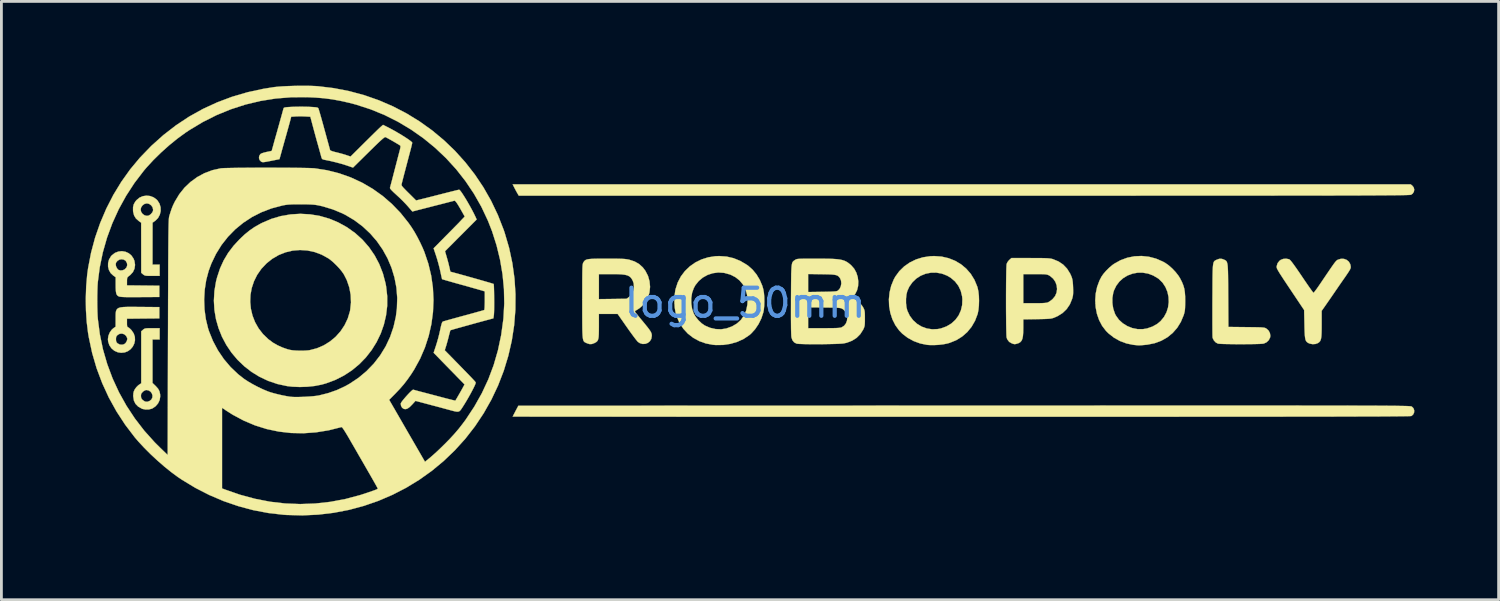
<source format=kicad_pcb>
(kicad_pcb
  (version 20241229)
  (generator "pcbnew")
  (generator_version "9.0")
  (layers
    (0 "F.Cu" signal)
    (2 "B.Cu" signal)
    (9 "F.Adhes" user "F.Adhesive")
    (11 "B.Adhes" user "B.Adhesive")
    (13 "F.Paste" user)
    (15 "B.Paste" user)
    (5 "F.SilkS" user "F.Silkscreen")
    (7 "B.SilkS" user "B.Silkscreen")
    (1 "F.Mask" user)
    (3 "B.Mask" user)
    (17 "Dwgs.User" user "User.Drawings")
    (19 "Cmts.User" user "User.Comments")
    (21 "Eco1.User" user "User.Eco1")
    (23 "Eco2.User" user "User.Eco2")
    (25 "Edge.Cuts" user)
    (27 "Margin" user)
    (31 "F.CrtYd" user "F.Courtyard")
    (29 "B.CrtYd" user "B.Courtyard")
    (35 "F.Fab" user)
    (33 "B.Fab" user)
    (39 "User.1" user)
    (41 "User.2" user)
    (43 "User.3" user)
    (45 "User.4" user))
  (footprint "logo_50mm"
    (layer "F.Cu")
    (at 22.214 7.24)
    (property "Reference" "logo_50mm" (at 1.27 0.5 0) (layer "Cmts.User") (effects (font (size 1 1) (thickness 0.15))))
    (attr through_hole)
    (fp_poly (pts (xy 25.025 -3.683) (xy 25.078 -3.617) (xy 25.098 -3.54) (xy 25.085 -3.461) (xy 25.041 -3.394) (xy 24.987 -3.356) (xy 24.98 -3.354) (xy 24.968 -3.352) (xy 24.949 -3.35) (xy 24.922 -3.349) (xy 24.888 -3.347) (xy 24.844 -3.345) (xy 24.79 -3.344) (xy 24.726 -3.342) (xy 24.649 -3.341) (xy 24.56 -3.339) (xy 24.458 -3.338) (xy 24.341 -3.337) (xy 24.208 -3.336) (xy 24.06 -3.335) (xy 23.894 -3.334) (xy 23.711 -3.333) (xy 23.509 -3.332) (xy 23.287 -3.331) (xy 23.044 -3.33) (xy 22.78 -3.329) (xy 22.494 -3.329) (xy 22.185 -3.328) (xy 21.851 -3.328) (xy 21.492 -3.327) (xy 21.108 -3.326) (xy 20.697 -3.326) (xy 20.258 -3.326) (xy 19.791 -3.325) (xy 19.294 -3.325) (xy 18.767 -3.325) (xy 18.209 -3.324) (xy 17.619 -3.324) (xy 16.996 -3.324) (xy 16.339 -3.324) (xy 15.648 -3.324) (xy 14.921 -3.323) (xy 14.157 -3.323) (xy 13.356 -3.323) (xy 12.517 -3.323) (xy 11.639 -3.323) (xy 10.721 -3.323) (xy 9.763 -3.323) (xy 9.063 -3.323) (xy -6.79 -3.323) (xy -6.843 -3.413) (xy -6.884 -3.486) (xy -6.929 -3.572) (xy -6.951 -3.614) (xy -7.007 -3.725) (xy 24.971 -3.725) (xy 25.025 -3.683)) (stroke (width 0.01) (type solid)) (fill yes) (layer "F.SilkS"))
    (fp_poly (pts (xy -19.92 -3.31) (xy -19.796 -3.263) (xy -19.687 -3.184) (xy -19.656 -3.151) (xy -19.583 -3.036) (xy -19.545 -2.907) (xy -19.542 -2.774) (xy -19.573 -2.645) (xy -19.636 -2.528) (xy -19.731 -2.431) (xy -19.742 -2.424) (xy -19.831 -2.36) (xy -19.832 -1.614) (xy -19.833 -0.868) (xy -19.579 -0.868) (xy -19.579 -0.466) (xy -19.842 -0.466) (xy -19.952 -0.466) (xy -20.029 -0.468) (xy -20.081 -0.474) (xy -20.117 -0.485) (xy -20.146 -0.501) (xy -20.17 -0.52) (xy -20.235 -0.575) (xy -20.236 -1.468) (xy -20.237 -2.36) (xy -20.32 -2.418) (xy -20.423 -2.509) (xy -20.489 -2.618) (xy -20.523 -2.751) (xy -20.526 -2.789) (xy -20.526 -2.826) (xy -20.256 -2.826) (xy -20.237 -2.744) (xy -20.186 -2.672) (xy -20.114 -2.622) (xy -20.034 -2.603) (xy -19.972 -2.612) (xy -19.917 -2.645) (xy -19.884 -2.675) (xy -19.835 -2.734) (xy -19.814 -2.79) (xy -19.812 -2.826) (xy -19.831 -2.908) (xy -19.882 -2.979) (xy -19.954 -3.03) (xy -20.034 -3.048) (xy -20.116 -3.029) (xy -20.188 -2.978) (xy -20.238 -2.906) (xy -20.256 -2.826) (xy -20.526 -2.826) (xy -20.526 -2.913) (xy -20.501 -3.014) (xy -20.448 -3.108) (xy -20.403 -3.163) (xy -20.3 -3.25) (xy -20.18 -3.303) (xy -20.051 -3.323) (xy -19.92 -3.31)) (stroke (width 0.01) (type solid)) (fill yes) (layer "F.SilkS"))
    (fp_poly (pts (xy -19.579 1.799) (xy -19.833 1.799) (xy -19.833 3.348) (xy -19.719 3.457) (xy -19.635 3.551) (xy -19.585 3.644) (xy -19.562 3.752) (xy -19.559 3.831) (xy -19.579 3.956) (xy -19.635 4.074) (xy -19.721 4.175) (xy -19.829 4.25) (xy -19.859 4.264) (xy -19.962 4.29) (xy -20.079 4.293) (xy -20.186 4.273) (xy -20.213 4.263) (xy -20.343 4.189) (xy -20.437 4.094) (xy -20.495 3.977) (xy -20.518 3.835) (xy -20.519 3.81) (xy -20.245 3.81) (xy -20.238 3.876) (xy -20.212 3.925) (xy -20.176 3.96) (xy -20.099 4.01) (xy -20.02 4.018) (xy -19.939 3.99) (xy -19.872 3.936) (xy -19.838 3.867) (xy -19.834 3.792) (xy -19.857 3.719) (xy -19.904 3.656) (xy -19.974 3.613) (xy -20.056 3.598) (xy -20.104 3.612) (xy -20.16 3.646) (xy -20.176 3.66) (xy -20.223 3.71) (xy -20.242 3.761) (xy -20.245 3.81) (xy -20.519 3.81) (xy -20.519 3.809) (xy -20.515 3.719) (xy -20.5 3.651) (xy -20.469 3.585) (xy -20.461 3.57) (xy -20.41 3.5) (xy -20.347 3.437) (xy -20.319 3.415) (xy -20.235 3.36) (xy -20.235 1.507) (xy -20.17 1.452) (xy -20.141 1.429) (xy -20.111 1.413) (xy -20.073 1.404) (xy -20.017 1.399) (xy -19.935 1.397) (xy -19.842 1.397) (xy -19.579 1.397) (xy -19.579 1.799)) (stroke (width 0.01) (type solid)) (fill yes) (layer "F.SilkS"))
    (fp_poly (pts (xy -20.399 0.639) (xy -20.274 0.64) (xy -19.59 0.646) (xy -19.59 1.048) (xy -20.167 1.053) (xy -20.743 1.059) (xy -20.743 1.205) (xy -20.742 1.284) (xy -20.735 1.331) (xy -20.722 1.355) (xy -20.702 1.365) (xy -20.666 1.388) (xy -20.615 1.432) (xy -20.577 1.473) (xy -20.501 1.587) (xy -20.462 1.707) (xy -20.457 1.828) (xy -20.483 1.945) (xy -20.535 2.052) (xy -20.612 2.144) (xy -20.708 2.215) (xy -20.822 2.26) (xy -20.949 2.273) (xy -21.065 2.256) (xy -21.19 2.202) (xy -21.293 2.116) (xy -21.369 2.005) (xy -21.412 1.877) (xy -21.421 1.789) (xy -21.135 1.789) (xy -21.13 1.857) (xy -21.11 1.903) (xy -21.076 1.939) (xy -20.995 1.981) (xy -20.904 1.985) (xy -20.841 1.966) (xy -20.79 1.924) (xy -20.75 1.859) (xy -20.731 1.79) (xy -20.733 1.752) (xy -20.773 1.671) (xy -20.837 1.615) (xy -20.916 1.589) (xy -20.999 1.596) (xy -21.076 1.639) (xy -21.114 1.68) (xy -21.131 1.728) (xy -21.135 1.789) (xy -21.421 1.789) (xy -21.404 1.67) (xy -21.357 1.553) (xy -21.288 1.454) (xy -21.228 1.4) (xy -21.147 1.344) (xy -21.146 1.075) (xy -21.146 0.966) (xy -21.144 0.877) (xy -21.136 0.805) (xy -21.118 0.749) (xy -21.086 0.707) (xy -21.037 0.676) (xy -20.967 0.656) (xy -20.872 0.644) (xy -20.748 0.639) (xy -20.592 0.638) (xy -20.399 0.639)) (stroke (width 0.01) (type solid)) (fill yes) (layer "F.SilkS"))
    (fp_poly (pts (xy -20.797 -1.325) (xy -20.683 -1.274) (xy -20.585 -1.193) (xy -20.51 -1.083) (xy -20.476 -0.998) (xy -20.455 -0.857) (xy -20.474 -0.723) (xy -20.531 -0.601) (xy -20.625 -0.498) (xy -20.652 -0.477) (xy -20.699 -0.441) (xy -20.726 -0.411) (xy -20.738 -0.373) (xy -20.742 -0.312) (xy -20.742 -0.27) (xy -20.743 -0.128) (xy -20.167 -0.122) (xy -19.59 -0.116) (xy -19.59 0.286) (xy -20.278 0.29) (xy -20.48 0.291) (xy -20.644 0.291) (xy -20.773 0.29) (xy -20.872 0.287) (xy -20.944 0.282) (xy -20.994 0.276) (xy -21.026 0.269) (xy -21.03 0.267) (xy -21.073 0.242) (xy -21.105 0.206) (xy -21.126 0.153) (xy -21.138 0.075) (xy -21.144 -0.032) (xy -21.145 -0.146) (xy -21.145 -0.418) (xy -21.229 -0.476) (xy -21.323 -0.564) (xy -21.385 -0.674) (xy -21.416 -0.797) (xy -21.415 -0.879) (xy -21.145 -0.879) (xy -21.132 -0.808) (xy -21.099 -0.738) (xy -21.055 -0.686) (xy -21.045 -0.679) (xy -20.972 -0.658) (xy -20.89 -0.667) (xy -20.819 -0.701) (xy -20.755 -0.772) (xy -20.733 -0.851) (xy -20.744 -0.924) (xy -20.788 -1.002) (xy -20.857 -1.046) (xy -20.94 -1.058) (xy -21.017 -1.042) (xy -21.084 -0.998) (xy -21.131 -0.937) (xy -21.145 -0.879) (xy -21.415 -0.879) (xy -21.414 -0.925) (xy -21.381 -1.049) (xy -21.314 -1.162) (xy -21.28 -1.2) (xy -21.169 -1.285) (xy -21.047 -1.332) (xy -20.921 -1.346) (xy -20.797 -1.325)) (stroke (width 0.01) (type solid)) (fill yes) (layer "F.SilkS"))
    (fp_poly (pts (xy 18.248 -1.072) (xy 18.323 -1.045) (xy 18.353 -1.03) (xy 18.379 -1.016) (xy 18.401 -0.998) (xy 18.419 -0.973) (xy 18.433 -0.937) (xy 18.445 -0.889) (xy 18.454 -0.823) (xy 18.46 -0.736) (xy 18.465 -0.626) (xy 18.468 -0.489) (xy 18.47 -0.321) (xy 18.472 -0.118) (xy 18.473 0.121) (xy 18.474 0.237) (xy 18.48 1.352) (xy 19.12 1.359) (xy 19.301 1.361) (xy 19.445 1.363) (xy 19.557 1.365) (xy 19.642 1.368) (xy 19.704 1.373) (xy 19.749 1.379) (xy 19.782 1.386) (xy 19.807 1.397) (xy 19.83 1.41) (xy 19.837 1.414) (xy 19.912 1.483) (xy 19.959 1.573) (xy 19.974 1.671) (xy 19.964 1.732) (xy 19.914 1.828) (xy 19.833 1.903) (xy 19.738 1.945) (xy 19.695 1.951) (xy 19.616 1.956) (xy 19.508 1.96) (xy 19.375 1.963) (xy 19.226 1.965) (xy 19.064 1.966) (xy 18.898 1.967) (xy 18.732 1.966) (xy 18.573 1.964) (xy 18.428 1.962) (xy 18.302 1.959) (xy 18.201 1.955) (xy 18.132 1.95) (xy 18.105 1.945) (xy 18.03 1.905) (xy 17.966 1.837) (xy 17.924 1.755) (xy 17.917 1.73) (xy 17.915 1.697) (xy 17.913 1.625) (xy 17.912 1.519) (xy 17.911 1.383) (xy 17.91 1.219) (xy 17.91 1.033) (xy 17.91 0.828) (xy 17.91 0.608) (xy 17.911 0.381) (xy 17.913 0.109) (xy 17.914 -0.123) (xy 17.915 -0.32) (xy 17.917 -0.484) (xy 17.92 -0.619) (xy 17.924 -0.727) (xy 17.93 -0.812) (xy 17.938 -0.877) (xy 17.948 -0.926) (xy 17.96 -0.961) (xy 17.976 -0.986) (xy 17.995 -1.004) (xy 18.017 -1.017) (xy 18.043 -1.031) (xy 18.06 -1.039) (xy 18.157 -1.074) (xy 18.248 -1.072)) (stroke (width 0.01) (type solid)) (fill yes) (layer "F.SilkS"))
    (fp_poly (pts (xy 8.265 -1.153) (xy 8.514 -1.096) (xy 8.746 -1.004) (xy 8.957 -0.879) (xy 9.144 -0.723) (xy 9.305 -0.538) (xy 9.436 -0.326) (xy 9.535 -0.09) (xy 9.551 -0.037) (xy 9.578 0.092) (xy 9.595 0.249) (xy 9.6 0.42) (xy 9.595 0.591) (xy 9.579 0.749) (xy 9.553 0.881) (xy 9.551 0.889) (xy 9.459 1.13) (xy 9.335 1.346) (xy 9.18 1.536) (xy 8.996 1.696) (xy 8.787 1.825) (xy 8.554 1.919) (xy 8.465 1.944) (xy 8.327 1.971) (xy 8.165 1.99) (xy 7.996 1.999) (xy 7.839 1.997) (xy 7.747 1.99) (xy 7.506 1.941) (xy 7.276 1.857) (xy 7.062 1.741) (xy 6.872 1.596) (xy 6.758 1.48) (xy 6.621 1.292) (xy 6.515 1.081) (xy 6.441 0.852) (xy 6.399 0.613) (xy 6.39 0.368) (xy 6.392 0.348) (xy 7 0.348) (xy 7 0.504) (xy 7.016 0.651) (xy 7.046 0.771) (xy 7.133 0.955) (xy 7.251 1.113) (xy 7.395 1.243) (xy 7.559 1.342) (xy 7.74 1.407) (xy 7.932 1.437) (xy 8.131 1.428) (xy 8.241 1.406) (xy 8.441 1.334) (xy 8.614 1.231) (xy 8.758 1.1) (xy 8.872 0.945) (xy 8.953 0.768) (xy 8.999 0.573) (xy 9.007 0.364) (xy 8.997 0.261) (xy 8.949 0.065) (xy 8.864 -0.113) (xy 8.745 -0.268) (xy 8.595 -0.397) (xy 8.463 -0.475) (xy 8.271 -0.548) (xy 8.076 -0.582) (xy 7.883 -0.579) (xy 7.696 -0.542) (xy 7.522 -0.471) (xy 7.364 -0.369) (xy 7.227 -0.237) (xy 7.115 -0.078) (xy 7.046 0.074) (xy 7.015 0.199) (xy 7 0.348) (xy 6.392 0.348) (xy 6.414 0.125) (xy 6.472 -0.113) (xy 6.563 -0.337) (xy 6.62 -0.441) (xy 6.763 -0.636) (xy 6.936 -0.804) (xy 7.135 -0.943) (xy 7.357 -1.051) (xy 7.599 -1.126) (xy 7.855 -1.165) (xy 8.001 -1.171) (xy 8.265 -1.153)) (stroke (width 0.01) (type solid)) (fill yes) (layer "F.SilkS"))
    (fp_poly (pts (xy 0.612 -1.153) (xy 0.861 -1.095) (xy 1.101 -0.997) (xy 1.334 -0.858) (xy 1.382 -0.824) (xy 1.537 -0.686) (xy 1.676 -0.517) (xy 1.792 -0.323) (xy 1.881 -0.115) (xy 1.918 0.011) (xy 1.939 0.133) (xy 1.952 0.281) (xy 1.955 0.443) (xy 1.95 0.602) (xy 1.936 0.744) (xy 1.919 0.832) (xy 1.849 1.047) (xy 1.748 1.252) (xy 1.623 1.437) (xy 1.479 1.594) (xy 1.421 1.643) (xy 1.22 1.778) (xy 0.994 1.882) (xy 0.749 1.954) (xy 0.493 1.993) (xy 0.231 1.997) (xy 0.123 1.988) (xy -0.13 1.94) (xy -0.365 1.856) (xy -0.579 1.738) (xy -0.769 1.591) (xy -0.931 1.415) (xy -1.064 1.213) (xy -1.163 0.989) (xy -1.206 0.842) (xy -1.237 0.66) (xy -1.249 0.456) (xy -1.245 0.326) (xy -0.647 0.326) (xy -0.647 0.52) (xy -0.618 0.708) (xy -0.558 0.878) (xy -0.486 0.999) (xy -0.388 1.119) (xy -0.278 1.224) (xy -0.166 1.301) (xy -0.166 1.302) (xy 0.022 1.383) (xy 0.219 1.428) (xy 0.416 1.436) (xy 0.599 1.408) (xy 0.802 1.335) (xy 0.976 1.233) (xy 1.12 1.102) (xy 1.231 0.946) (xy 1.308 0.765) (xy 1.35 0.563) (xy 1.358 0.423) (xy 1.339 0.209) (xy 1.283 0.015) (xy 1.194 -0.157) (xy 1.072 -0.304) (xy 0.92 -0.423) (xy 0.74 -0.513) (xy 0.534 -0.57) (xy 0.511 -0.574) (xy 0.313 -0.587) (xy 0.119 -0.561) (xy -0.065 -0.501) (xy -0.233 -0.408) (xy -0.38 -0.285) (xy -0.5 -0.136) (xy -0.558 -0.031) (xy -0.618 0.138) (xy -0.647 0.326) (xy -1.245 0.326) (xy -1.243 0.25) (xy -1.218 0.058) (xy -1.206 0.003) (xy -1.129 -0.232) (xy -1.017 -0.447) (xy -0.873 -0.638) (xy -0.7 -0.804) (xy -0.503 -0.943) (xy -0.283 -1.051) (xy -0.045 -1.126) (xy 0.208 -1.166) (xy 0.349 -1.171) (xy 0.612 -1.153)) (stroke (width 0.01) (type solid)) (fill yes) (layer "F.SilkS"))
    (fp_poly (pts (xy 15.648 -1.147) (xy 15.9 -1.081) (xy 16.145 -0.975) (xy 16.227 -0.93) (xy 16.351 -0.843) (xy 16.48 -0.729) (xy 16.601 -0.601) (xy 16.703 -0.47) (xy 16.758 -0.381) (xy 16.826 -0.249) (xy 16.875 -0.129) (xy 16.909 -0.011) (xy 16.929 0.116) (xy 16.94 0.264) (xy 16.942 0.434) (xy 16.94 0.567) (xy 16.937 0.668) (xy 16.931 0.746) (xy 16.921 0.811) (xy 16.906 0.872) (xy 16.887 0.935) (xy 16.787 1.173) (xy 16.656 1.385) (xy 16.495 1.568) (xy 16.306 1.722) (xy 16.092 1.843) (xy 15.856 1.931) (xy 15.599 1.983) (xy 15.542 1.989) (xy 15.435 1.999) (xy 15.358 2.005) (xy 15.297 2.007) (xy 15.24 2.005) (xy 15.172 1.998) (xy 15.087 1.989) (xy 14.85 1.94) (xy 14.619 1.854) (xy 14.403 1.733) (xy 14.209 1.581) (xy 14.123 1.495) (xy 13.985 1.315) (xy 13.877 1.11) (xy 13.799 0.887) (xy 13.753 0.651) (xy 13.738 0.409) (xy 13.744 0.32) (xy 14.349 0.32) (xy 14.349 0.514) (xy 14.38 0.705) (xy 14.44 0.88) (xy 14.472 0.944) (xy 14.58 1.095) (xy 14.717 1.221) (xy 14.878 1.321) (xy 15.055 1.392) (xy 15.241 1.43) (xy 15.431 1.432) (xy 15.582 1.407) (xy 15.78 1.338) (xy 15.949 1.242) (xy 16.066 1.144) (xy 16.187 0.997) (xy 16.276 0.832) (xy 16.332 0.654) (xy 16.356 0.469) (xy 16.348 0.283) (xy 16.309 0.102) (xy 16.238 -0.069) (xy 16.138 -0.222) (xy 16.006 -0.353) (xy 15.976 -0.376) (xy 15.801 -0.48) (xy 15.618 -0.548) (xy 15.43 -0.58) (xy 15.244 -0.579) (xy 15.063 -0.545) (xy 14.892 -0.481) (xy 14.736 -0.387) (xy 14.6 -0.266) (xy 14.488 -0.118) (xy 14.405 0.054) (xy 14.38 0.135) (xy 14.349 0.32) (xy 13.744 0.32) (xy 13.755 0.166) (xy 13.805 -0.072) (xy 13.889 -0.299) (xy 13.96 -0.437) (xy 14.03 -0.537) (xy 14.125 -0.647) (xy 14.235 -0.756) (xy 14.347 -0.851) (xy 14.412 -0.897) (xy 14.641 -1.025) (xy 14.883 -1.113) (xy 15.135 -1.163) (xy 15.391 -1.174) (xy 15.648 -1.147)) (stroke (width 0.01) (type solid)) (fill yes) (layer "F.SilkS"))
    (fp_poly (pts (xy 20.629 -1.061) (xy 20.656 -1.049) (xy 20.687 -1.02) (xy 20.741 -0.956) (xy 20.815 -0.856) (xy 20.911 -0.721) (xy 21.027 -0.552) (xy 21.102 -0.441) (xy 21.196 -0.302) (xy 21.283 -0.175) (xy 21.36 -0.064) (xy 21.424 0.026) (xy 21.473 0.093) (xy 21.503 0.13) (xy 21.511 0.138) (xy 21.529 0.121) (xy 21.566 0.074) (xy 21.619 0.004) (xy 21.682 -0.085) (xy 21.747 -0.18) (xy 21.876 -0.371) (xy 21.984 -0.531) (xy 22.073 -0.661) (xy 22.145 -0.766) (xy 22.202 -0.848) (xy 22.247 -0.911) (xy 22.282 -0.956) (xy 22.31 -0.989) (xy 22.332 -1.011) (xy 22.35 -1.025) (xy 22.368 -1.036) (xy 22.383 -1.043) (xy 22.491 -1.075) (xy 22.596 -1.071) (xy 22.69 -1.036) (xy 22.767 -0.973) (xy 22.818 -0.886) (xy 22.833 -0.821) (xy 22.836 -0.794) (xy 22.837 -0.77) (xy 22.833 -0.746) (xy 22.822 -0.716) (xy 22.802 -0.677) (xy 22.77 -0.624) (xy 22.724 -0.554) (xy 22.661 -0.461) (xy 22.579 -0.343) (xy 22.475 -0.194) (xy 22.468 -0.183) (xy 22.395 -0.078) (xy 22.315 0.039) (xy 22.24 0.148) (xy 22.211 0.191) (xy 22.144 0.288) (xy 22.065 0.402) (xy 21.986 0.516) (xy 21.945 0.575) (xy 21.802 0.779) (xy 21.802 1.255) (xy 21.801 1.431) (xy 21.798 1.57) (xy 21.792 1.678) (xy 21.781 1.759) (xy 21.765 1.818) (xy 21.743 1.862) (xy 21.713 1.895) (xy 21.674 1.923) (xy 21.669 1.927) (xy 21.582 1.959) (xy 21.479 1.966) (xy 21.379 1.947) (xy 21.344 1.933) (xy 21.302 1.91) (xy 21.269 1.883) (xy 21.243 1.848) (xy 21.224 1.8) (xy 21.211 1.732) (xy 21.201 1.641) (xy 21.195 1.521) (xy 21.19 1.367) (xy 21.188 1.259) (xy 21.177 0.751) (xy 20.683 0.012) (xy 20.562 -0.169) (xy 20.462 -0.319) (xy 20.383 -0.44) (xy 20.32 -0.537) (xy 20.273 -0.613) (xy 20.24 -0.671) (xy 20.217 -0.714) (xy 20.204 -0.747) (xy 20.199 -0.773) (xy 20.198 -0.795) (xy 20.199 -0.809) (xy 20.232 -0.918) (xy 20.3 -1.003) (xy 20.348 -1.038) (xy 20.434 -1.07) (xy 20.535 -1.078) (xy 20.629 -1.061)) (stroke (width 0.01) (type solid)) (fill yes) (layer "F.SilkS"))
    (fp_poly (pts (xy 11.619 -1.1) (xy 11.772 -1.1) (xy 11.893 -1.098) (xy 11.988 -1.095) (xy 12.062 -1.091) (xy 12.12 -1.085) (xy 12.167 -1.078) (xy 12.209 -1.068) (xy 12.237 -1.059) (xy 12.431 -0.979) (xy 12.596 -0.868) (xy 12.733 -0.725) (xy 12.843 -0.55) (xy 12.885 -0.458) (xy 12.909 -0.393) (xy 12.926 -0.327) (xy 12.937 -0.249) (xy 12.945 -0.149) (xy 12.949 -0.06) (xy 12.952 0.061) (xy 12.951 0.151) (xy 12.946 0.222) (xy 12.933 0.287) (xy 12.914 0.356) (xy 12.835 0.548) (xy 12.723 0.714) (xy 12.578 0.854) (xy 12.401 0.966) (xy 12.287 1.017) (xy 12.244 1.033) (xy 12.201 1.045) (xy 12.152 1.055) (xy 12.091 1.061) (xy 12.011 1.066) (xy 11.906 1.07) (xy 11.769 1.073) (xy 11.668 1.075) (xy 11.176 1.083) (xy 11.176 1.385) (xy 11.173 1.55) (xy 11.163 1.678) (xy 11.144 1.774) (xy 11.113 1.844) (xy 11.069 1.894) (xy 11.01 1.929) (xy 10.966 1.944) (xy 10.906 1.961) (xy 10.865 1.965) (xy 10.822 1.957) (xy 10.769 1.938) (xy 10.674 1.884) (xy 10.609 1.799) (xy 10.584 1.736) (xy 10.579 1.699) (xy 10.575 1.624) (xy 10.572 1.516) (xy 10.569 1.38) (xy 10.566 1.22) (xy 10.565 1.042) (xy 10.563 0.849) (xy 10.562 0.646) (xy 10.562 0.438) (xy 10.562 0.23) (xy 10.563 0.026) (xy 10.564 -0.169) (xy 10.566 -0.351) (xy 10.569 -0.514) (xy 10.569 -0.529) (xy 11.176 -0.529) (xy 11.176 0.508) (xy 11.579 0.508) (xy 11.737 0.507) (xy 11.858 0.504) (xy 11.948 0.498) (xy 12.01 0.49) (xy 12.052 0.479) (xy 12.054 0.478) (xy 12.11 0.446) (xy 12.177 0.397) (xy 12.221 0.36) (xy 12.309 0.253) (xy 12.361 0.131) (xy 12.379 0.002) (xy 12.364 -0.129) (xy 12.318 -0.254) (xy 12.241 -0.366) (xy 12.134 -0.458) (xy 12.082 -0.489) (xy 12.05 -0.503) (xy 12.013 -0.513) (xy 11.965 -0.521) (xy 11.899 -0.525) (xy 11.807 -0.528) (xy 11.684 -0.529) (xy 11.59 -0.529) (xy 11.176 -0.529) (xy 10.569 -0.529) (xy 10.571 -0.654) (xy 10.575 -0.766) (xy 10.579 -0.846) (xy 10.583 -0.89) (xy 10.584 -0.893) (xy 10.615 -0.958) (xy 10.666 -1.023) (xy 10.68 -1.035) (xy 10.754 -1.101) (xy 11.429 -1.101) (xy 11.619 -1.1)) (stroke (width 0.01) (type solid)) (fill yes) (layer "F.SilkS"))
    (fp_poly (pts (xy -14.219 -2.657) (xy -13.872 -2.599) (xy -13.533 -2.501) (xy -13.219 -2.37) (xy -12.903 -2.195) (xy -12.614 -1.988) (xy -12.353 -1.751) (xy -12.123 -1.487) (xy -11.924 -1.198) (xy -11.758 -0.886) (xy -11.628 -0.553) (xy -11.535 -0.203) (xy -11.514 -0.09) (xy -11.475 0.259) (xy -11.476 0.604) (xy -11.517 0.942) (xy -11.594 1.271) (xy -11.706 1.588) (xy -11.852 1.89) (xy -12.029 2.175) (xy -12.236 2.44) (xy -12.471 2.681) (xy -12.732 2.897) (xy -13.018 3.084) (xy -13.325 3.24) (xy -13.654 3.362) (xy -13.811 3.406) (xy -14.053 3.454) (xy -14.318 3.482) (xy -14.59 3.491) (xy -14.857 3.48) (xy -15.039 3.459) (xy -15.383 3.385) (xy -15.71 3.275) (xy -16.017 3.131) (xy -16.303 2.956) (xy -16.566 2.752) (xy -16.805 2.523) (xy -17.018 2.27) (xy -17.203 1.996) (xy -17.358 1.705) (xy -17.481 1.398) (xy -17.572 1.079) (xy -17.628 0.749) (xy -17.645 0.459) (xy -16.354 0.459) (xy -16.33 0.706) (xy -16.272 0.949) (xy -16.181 1.182) (xy -16.056 1.403) (xy -15.899 1.606) (xy -15.709 1.789) (xy -15.533 1.919) (xy -15.379 2.006) (xy -15.204 2.085) (xy -15.029 2.146) (xy -14.935 2.17) (xy -14.831 2.186) (xy -14.699 2.195) (xy -14.556 2.199) (xy -14.414 2.196) (xy -14.289 2.187) (xy -14.233 2.179) (xy -13.977 2.112) (xy -13.735 2.008) (xy -13.513 1.87) (xy -13.312 1.703) (xy -13.138 1.508) (xy -12.993 1.29) (xy -12.88 1.053) (xy -12.804 0.8) (xy -12.795 0.756) (xy -12.765 0.484) (xy -12.776 0.211) (xy -12.826 -0.057) (xy -12.915 -0.316) (xy -13.021 -0.524) (xy -13.089 -0.622) (xy -13.181 -0.734) (xy -13.289 -0.848) (xy -13.401 -0.956) (xy -13.508 -1.045) (xy -13.566 -1.087) (xy -13.808 -1.221) (xy -14.06 -1.315) (xy -14.319 -1.37) (xy -14.579 -1.387) (xy -14.839 -1.366) (xy -15.093 -1.306) (xy -15.338 -1.209) (xy -15.569 -1.074) (xy -15.769 -0.915) (xy -15.955 -0.719) (xy -16.105 -0.504) (xy -16.219 -0.275) (xy -16.299 -0.036) (xy -16.344 0.21) (xy -16.354 0.459) (xy -17.645 0.459) (xy -17.647 0.413) (xy -17.628 0.071) (xy -17.57 -0.272) (xy -17.534 -0.411) (xy -17.43 -0.727) (xy -17.299 -1.016) (xy -17.139 -1.285) (xy -16.944 -1.541) (xy -16.734 -1.768) (xy -16.552 -1.94) (xy -16.376 -2.083) (xy -16.196 -2.207) (xy -15.997 -2.32) (xy -15.928 -2.355) (xy -15.602 -2.495) (xy -15.264 -2.595) (xy -14.918 -2.655) (xy -14.569 -2.676) (xy -14.219 -2.657)) (stroke (width 0.01) (type solid)) (fill yes) (layer "F.SilkS"))
    (fp_poly (pts (xy 18.874 4.152) (xy 19.389 4.152) (xy 19.873 4.152) (xy 20.329 4.152) (xy 20.756 4.152) (xy 21.157 4.153) (xy 21.531 4.153) (xy 21.88 4.153) (xy 22.205 4.154) (xy 22.506 4.154) (xy 22.784 4.155) (xy 23.041 4.155) (xy 23.277 4.156) (xy 23.493 4.156) (xy 23.69 4.157) (xy 23.869 4.158) (xy 24.031 4.159) (xy 24.176 4.16) (xy 24.306 4.161) (xy 24.421 4.162) (xy 24.523 4.164) (xy 24.611 4.165) (xy 24.688 4.166) (xy 24.754 4.168) (xy 24.81 4.169) (xy 24.857 4.171) (xy 24.896 4.173) (xy 24.927 4.175) (xy 24.951 4.176) (xy 24.97 4.179) (xy 24.985 4.181) (xy 24.995 4.183) (xy 25.003 4.185) (xy 25.008 4.188) (xy 25.013 4.19) (xy 25.07 4.247) (xy 25.096 4.32) (xy 25.093 4.399) (xy 25.06 4.47) (xy 24.999 4.523) (xy 24.998 4.523) (xy 24.987 4.525) (xy 24.963 4.527) (xy 24.923 4.528) (xy 24.867 4.53) (xy 24.795 4.531) (xy 24.705 4.533) (xy 24.597 4.534) (xy 24.469 4.535) (xy 24.322 4.536) (xy 24.155 4.538) (xy 23.966 4.539) (xy 23.755 4.54) (xy 23.521 4.541) (xy 23.264 4.541) (xy 22.982 4.542) (xy 22.674 4.543) (xy 22.341 4.544) (xy 21.981 4.545) (xy 21.594 4.545) (xy 21.178 4.546) (xy 20.733 4.546) (xy 20.258 4.547) (xy 19.752 4.547) (xy 19.216 4.548) (xy 18.646 4.548) (xy 18.044 4.549) (xy 17.408 4.549) (xy 16.738 4.549) (xy 16.032 4.55) (xy 15.29 4.55) (xy 14.512 4.55) (xy 13.695 4.55) (xy 12.841 4.55) (xy 11.947 4.55) (xy 11.013 4.55) (xy 10.038 4.55) (xy 9.022 4.551) (xy 8.969 4.551) (xy 8.148 4.551) (xy 7.338 4.551) (xy 6.539 4.55) (xy 5.752 4.55) (xy 4.979 4.55) (xy 4.221 4.55) (xy 3.478 4.55) (xy 2.752 4.55) (xy 2.044 4.55) (xy 1.354 4.55) (xy 0.684 4.55) (xy 0.034 4.55) (xy -0.593 4.55) (xy -1.198 4.549) (xy -1.779 4.549) (xy -2.335 4.549) (xy -2.865 4.549) (xy -3.368 4.549) (xy -3.843 4.548) (xy -4.29 4.548) (xy -4.706 4.548) (xy -5.091 4.548) (xy -5.444 4.547) (xy -5.764 4.547) (xy -6.049 4.547) (xy -6.3 4.547) (xy -6.514 4.546) (xy -6.691 4.546) (xy -6.83 4.546) (xy -6.929 4.545) (xy -6.988 4.545) (xy -7.006 4.545) (xy -6.997 4.525) (xy -6.972 4.476) (xy -6.935 4.406) (xy -6.906 4.349) (xy -6.805 4.159) (xy 9.07 4.154) (xy 10.053 4.154) (xy 10.995 4.153) (xy 11.896 4.153) (xy 12.757 4.153) (xy 13.58 4.153) (xy 14.365 4.152) (xy 15.113 4.152) (xy 15.825 4.152) (xy 16.501 4.152) (xy 17.144 4.152) (xy 17.753 4.152) (xy 18.329 4.152) (xy 18.874 4.152)) (stroke (width 0.01) (type solid)) (fill yes) (layer "F.SilkS"))
    (fp_poly (pts (xy -3.467 -1.079) (xy -3.314 -1.078) (xy -3.191 -1.075) (xy -3.094 -1.072) (xy -3.016 -1.067) (xy -2.953 -1.059) (xy -2.897 -1.05) (xy -2.855 -1.041) (xy -2.666 -0.979) (xy -2.508 -0.89) (xy -2.375 -0.77) (xy -2.282 -0.647) (xy -2.189 -0.467) (xy -2.134 -0.274) (xy -2.115 -0.076) (xy -2.135 0.122) (xy -2.192 0.312) (xy -2.235 0.402) (xy -2.298 0.494) (xy -2.383 0.589) (xy -2.478 0.675) (xy -2.57 0.738) (xy -2.591 0.749) (xy -2.642 0.78) (xy -2.654 0.807) (xy -2.653 0.811) (xy -2.635 0.835) (xy -2.595 0.885) (xy -2.537 0.957) (xy -2.466 1.044) (xy -2.401 1.122) (xy -2.295 1.251) (xy -2.212 1.353) (xy -2.151 1.433) (xy -2.108 1.495) (xy -2.08 1.545) (xy -2.063 1.587) (xy -2.055 1.626) (xy -2.053 1.667) (xy -2.053 1.674) (xy -2.071 1.777) (xy -2.121 1.86) (xy -2.194 1.92) (xy -2.283 1.954) (xy -2.379 1.959) (xy -2.476 1.931) (xy -2.548 1.884) (xy -2.578 1.85) (xy -2.629 1.787) (xy -2.696 1.699) (xy -2.774 1.593) (xy -2.861 1.473) (xy -2.944 1.355) (xy -3.269 0.889) (xy -3.937 0.889) (xy -3.937 1.325) (xy -3.938 1.488) (xy -3.941 1.615) (xy -3.947 1.711) (xy -3.959 1.781) (xy -3.978 1.832) (xy -4.005 1.869) (xy -4.042 1.898) (xy -4.091 1.924) (xy -4.097 1.927) (xy -4.184 1.96) (xy -4.262 1.964) (xy -4.348 1.939) (xy -4.375 1.927) (xy -4.405 1.914) (xy -4.432 1.901) (xy -4.454 1.886) (xy -4.472 1.866) (xy -4.488 1.837) (xy -4.5 1.796) (xy -4.51 1.74) (xy -4.517 1.666) (xy -4.522 1.572) (xy -4.526 1.453) (xy -4.528 1.307) (xy -4.529 1.13) (xy -4.53 0.92) (xy -4.53 0.674) (xy -4.53 0.44) (xy -4.53 0.171) (xy -4.529 -0.059) (xy -4.529 -0.253) (xy -4.528 -0.415) (xy -4.527 -0.529) (xy -3.937 -0.529) (xy -3.937 0.362) (xy -3.441 0.356) (xy -2.946 0.349) (xy -2.865 0.285) (xy -2.774 0.187) (xy -2.714 0.068) (xy -2.688 -0.062) (xy -2.698 -0.195) (xy -2.728 -0.286) (xy -2.765 -0.356) (xy -2.807 -0.411) (xy -2.859 -0.453) (xy -2.927 -0.485) (xy -3.015 -0.506) (xy -3.129 -0.52) (xy -3.274 -0.527) (xy -3.455 -0.529) (xy -3.495 -0.529) (xy -3.937 -0.529) (xy -4.527 -0.529) (xy -4.527 -0.547) (xy -4.525 -0.653) (xy -4.523 -0.737) (xy -4.52 -0.801) (xy -4.516 -0.849) (xy -4.511 -0.884) (xy -4.505 -0.909) (xy -4.498 -0.928) (xy -4.49 -0.944) (xy -4.487 -0.948) (xy -4.464 -0.983) (xy -4.438 -1.011) (xy -4.406 -1.033) (xy -4.362 -1.05) (xy -4.302 -1.062) (xy -4.221 -1.07) (xy -4.115 -1.075) (xy -3.98 -1.078) (xy -3.81 -1.079) (xy -3.657 -1.079) (xy -3.467 -1.079)) (stroke (width 0.01) (type solid)) (fill yes) (layer "F.SilkS"))
    (fp_poly (pts (xy 3.818 -1.079) (xy 4.05 -1.078) (xy 4.244 -1.076) (xy 4.405 -1.07) (xy 4.538 -1.061) (xy 4.648 -1.047) (xy 4.739 -1.027) (xy 4.816 -1.001) (xy 4.884 -0.967) (xy 4.948 -0.925) (xy 5.012 -0.874) (xy 5.051 -0.839) (xy 5.154 -0.721) (xy 5.231 -0.58) (xy 5.28 -0.425) (xy 5.301 -0.263) (xy 5.293 -0.103) (xy 5.256 0.048) (xy 5.189 0.182) (xy 5.147 0.236) (xy 5.082 0.31) (xy 5.155 0.346) (xy 5.248 0.405) (xy 5.344 0.49) (xy 5.428 0.587) (xy 5.479 0.666) (xy 5.502 0.713) (xy 5.518 0.756) (xy 5.528 0.805) (xy 5.533 0.87) (xy 5.535 0.96) (xy 5.535 1.048) (xy 5.535 1.162) (xy 5.532 1.245) (xy 5.526 1.306) (xy 5.514 1.355) (xy 5.495 1.403) (xy 5.473 1.45) (xy 5.372 1.608) (xy 5.241 1.74) (xy 5.08 1.842) (xy 4.894 1.914) (xy 4.785 1.938) (xy 4.726 1.945) (xy 4.632 1.951) (xy 4.512 1.956) (xy 4.369 1.96) (xy 4.212 1.963) (xy 4.045 1.966) (xy 3.874 1.967) (xy 3.706 1.967) (xy 3.547 1.966) (xy 3.403 1.964) (xy 3.28 1.96) (xy 3.184 1.956) (xy 3.121 1.95) (xy 3.103 1.947) (xy 3.016 1.901) (xy 2.954 1.824) (xy 2.921 1.726) (xy 2.915 1.675) (xy 2.911 1.583) (xy 2.907 1.45) (xy 2.906 1.397) (xy 3.514 1.397) (xy 4.075 1.397) (xy 4.258 1.396) (xy 4.403 1.395) (xy 4.515 1.392) (xy 4.599 1.387) (xy 4.658 1.38) (xy 4.697 1.371) (xy 4.707 1.367) (xy 4.797 1.309) (xy 4.861 1.226) (xy 4.898 1.126) (xy 4.909 1.018) (xy 4.891 0.911) (xy 4.846 0.813) (xy 4.772 0.734) (xy 4.747 0.717) (xy 4.722 0.702) (xy 4.697 0.69) (xy 4.665 0.681) (xy 4.622 0.675) (xy 4.563 0.67) (xy 4.482 0.666) (xy 4.373 0.664) (xy 4.232 0.662) (xy 4.09 0.66) (xy 3.514 0.654) (xy 3.514 1.397) (xy 2.906 1.397) (xy 2.905 1.275) (xy 2.903 1.058) (xy 2.903 0.799) (xy 2.904 0.498) (xy 2.904 0.379) (xy 2.906 0.11) (xy 2.906 0.109) (xy 3.514 0.109) (xy 4.016 0.102) (xy 4.184 0.099) (xy 4.314 0.096) (xy 4.411 0.091) (xy 4.481 0.086) (xy 4.529 0.078) (xy 4.559 0.068) (xy 4.568 0.064) (xy 4.634 -0.002) (xy 4.677 -0.092) (xy 4.696 -0.194) (xy 4.686 -0.296) (xy 4.655 -0.374) (xy 4.626 -0.417) (xy 4.595 -0.45) (xy 4.557 -0.476) (xy 4.507 -0.494) (xy 4.438 -0.507) (xy 4.346 -0.516) (xy 4.224 -0.521) (xy 4.068 -0.524) (xy 3.995 -0.525) (xy 3.514 -0.532) (xy 3.514 0.109) (xy 2.906 0.109) (xy 2.907 -0.119) (xy 2.909 -0.313) (xy 2.911 -0.475) (xy 2.914 -0.607) (xy 2.919 -0.713) (xy 2.925 -0.797) (xy 2.933 -0.861) (xy 2.943 -0.91) (xy 2.956 -0.946) (xy 2.972 -0.972) (xy 2.992 -0.993) (xy 3.015 -1.01) (xy 3.042 -1.028) (xy 3.046 -1.031) (xy 3.066 -1.044) (xy 3.087 -1.055) (xy 3.114 -1.063) (xy 3.15 -1.069) (xy 3.202 -1.073) (xy 3.272 -1.076) (xy 3.367 -1.078) (xy 3.491 -1.079) (xy 3.648 -1.079) (xy 3.818 -1.079)) (stroke (width 0.01) (type solid)) (fill yes) (layer "F.SilkS"))
    (fp_poly (pts (xy -14.196 -7.232) (xy -14.03 -7.225) (xy -13.946 -7.22) (xy -13.382 -7.152) (xy -12.83 -7.045) (xy -12.292 -6.9) (xy -11.77 -6.718) (xy -11.266 -6.5) (xy -10.78 -6.247) (xy -10.315 -5.961) (xy -9.873 -5.644) (xy -9.454 -5.295) (xy -9.061 -4.918) (xy -8.695 -4.512) (xy -8.357 -4.079) (xy -8.05 -3.621) (xy -7.775 -3.139) (xy -7.534 -2.633) (xy -7.328 -2.106) (xy -7.292 -2) (xy -7.134 -1.462) (xy -7.018 -0.916) (xy -6.942 -0.366) (xy -6.907 0.188) (xy -6.911 0.742) (xy -6.955 1.293) (xy -7.039 1.841) (xy -7.163 2.382) (xy -7.325 2.913) (xy -7.526 3.434) (xy -7.765 3.94) (xy -8.039 4.424) (xy -8.351 4.893) (xy -8.694 5.334) (xy -9.066 5.745) (xy -9.464 6.126) (xy -9.886 6.476) (xy -10.332 6.794) (xy -10.799 7.079) (xy -11.285 7.329) (xy -11.788 7.545) (xy -12.306 7.724) (xy -12.838 7.867) (xy -13.381 7.971) (xy -13.935 8.037) (xy -14.496 8.063) (xy -15.063 8.048) (xy -15.166 8.041) (xy -15.706 7.979) (xy -16.245 7.877) (xy -16.778 7.734) (xy -17.303 7.554) (xy -17.814 7.336) (xy -18.269 7.103) (xy -17.357 7.103) (xy -17.256 7.141) (xy -16.717 7.328) (xy -16.181 7.473) (xy -15.646 7.577) (xy -15.111 7.639) (xy -14.574 7.66) (xy -14.044 7.641) (xy -13.5 7.581) (xy -12.963 7.48) (xy -12.438 7.34) (xy -12.262 7.283) (xy -12.114 7.233) (xy -12.001 7.194) (xy -11.92 7.165) (xy -11.865 7.144) (xy -11.831 7.128) (xy -11.815 7.117) (xy -11.811 7.109) (xy -11.821 7.088) (xy -11.85 7.034) (xy -11.895 6.953) (xy -11.954 6.848) (xy -12.024 6.725) (xy -12.103 6.587) (xy -12.157 6.494) (xy -12.258 6.318) (xy -12.369 6.125) (xy -12.484 5.927) (xy -12.595 5.733) (xy -12.698 5.555) (xy -12.786 5.403) (xy -12.786 5.402) (xy -12.88 5.24) (xy -12.956 5.114) (xy -13.015 5.021) (xy -13.058 4.959) (xy -13.087 4.925) (xy -13.102 4.918) (xy -13.558 5.033) (xy -14.01 5.106) (xy -14.458 5.138) (xy -14.901 5.129) (xy -15.336 5.079) (xy -15.763 4.989) (xy -16.18 4.859) (xy -16.585 4.688) (xy -16.978 4.478) (xy -17.203 4.335) (xy -17.357 4.232) (xy -17.357 7.103) (xy -18.269 7.103) (xy -18.309 7.082) (xy -18.785 6.794) (xy -18.934 6.694) (xy -19.163 6.525) (xy -19.407 6.329) (xy -19.655 6.113) (xy -19.899 5.886) (xy -20.129 5.656) (xy -20.338 5.431) (xy -20.46 5.289) (xy -20.805 4.836) (xy -21.115 4.361) (xy -21.389 3.866) (xy -21.625 3.352) (xy -21.824 2.822) (xy -21.983 2.277) (xy -22.102 1.72) (xy -22.128 1.566) (xy -22.176 1.174) (xy -22.203 0.758) (xy -22.208 0.445) (xy -21.801 0.445) (xy -21.799 0.64) (xy -21.794 0.823) (xy -21.787 0.981) (xy -21.78 1.069) (xy -21.709 1.615) (xy -21.598 2.15) (xy -21.446 2.674) (xy -21.256 3.184) (xy -21.028 3.678) (xy -20.763 4.155) (xy -20.462 4.612) (xy -20.126 5.048) (xy -19.756 5.46) (xy -19.561 5.654) (xy -19.293 5.912) (xy -19.282 1.712) (xy -19.28 1.214) (xy -19.279 0.757) (xy -19.278 0.378) (xy -17.994 0.378) (xy -17.981 0.731) (xy -17.934 1.075) (xy -17.854 1.404) (xy -17.823 1.501) (xy -17.68 1.854) (xy -17.503 2.187) (xy -17.293 2.497) (xy -17.052 2.781) (xy -16.784 3.036) (xy -16.572 3.202) (xy -16.428 3.297) (xy -16.258 3.395) (xy -16.076 3.491) (xy -15.894 3.577) (xy -15.724 3.648) (xy -15.632 3.68) (xy -15.511 3.715) (xy -15.366 3.752) (xy -15.212 3.787) (xy -15.063 3.816) (xy -14.938 3.837) (xy -14.922 3.839) (xy -14.832 3.846) (xy -14.71 3.848) (xy -14.568 3.846) (xy -14.414 3.84) (xy -14.26 3.831) (xy -14.117 3.82) (xy -13.994 3.806) (xy -13.906 3.792) (xy -13.573 3.708) (xy -13.266 3.6) (xy -12.975 3.465) (xy -12.819 3.378) (xy -12.501 3.167) (xy -12.211 2.925) (xy -11.952 2.657) (xy -11.725 2.363) (xy -11.531 2.047) (xy -11.373 1.711) (xy -11.251 1.356) (xy -11.167 0.987) (xy -11.13 0.692) (xy -11.118 0.32) (xy -11.147 -0.047) (xy -11.216 -0.405) (xy -11.321 -0.753) (xy -11.462 -1.087) (xy -11.637 -1.404) (xy -11.844 -1.702) (xy -12.082 -1.976) (xy -12.349 -2.226) (xy -12.643 -2.447) (xy -12.962 -2.637) (xy -13.083 -2.697) (xy -13.413 -2.833) (xy -13.763 -2.94) (xy -13.878 -2.967) (xy -13.958 -2.983) (xy -14.035 -2.995) (xy -14.117 -3.004) (xy -14.215 -3.009) (xy -14.334 -3.013) (xy -14.486 -3.014) (xy -14.541 -3.015) (xy -14.702 -3.015) (xy -14.829 -3.013) (xy -14.931 -3.009) (xy -15.017 -3.003) (xy -15.094 -2.993) (xy -15.173 -2.979) (xy -15.219 -2.969) (xy -15.596 -2.869) (xy -15.954 -2.732) (xy -16.29 -2.561) (xy -16.601 -2.357) (xy -16.887 -2.123) (xy -17.146 -1.858) (xy -17.375 -1.567) (xy -17.572 -1.249) (xy -17.737 -0.906) (xy -17.834 -0.644) (xy -17.921 -0.317) (xy -17.974 0.026) (xy -17.994 0.378) (xy -19.278 0.378) (xy -19.278 0.338) (xy -19.276 -0.043) (xy -19.275 -0.39) (xy -19.274 -0.702) (xy -19.273 -0.983) (xy -19.271 -1.235) (xy -19.27 -1.458) (xy -19.268 -1.654) (xy -19.267 -1.826) (xy -19.265 -1.975) (xy -19.263 -2.103) (xy -19.261 -2.212) (xy -19.259 -2.303) (xy -19.256 -2.378) (xy -19.254 -2.439) (xy -19.251 -2.488) (xy -19.247 -2.527) (xy -19.244 -2.557) (xy -19.24 -2.579) (xy -19.236 -2.597) (xy -19.234 -2.603) (xy -19.193 -2.732) (xy -19.16 -2.832) (xy -19.13 -2.912) (xy -19.099 -2.985) (xy -19.062 -3.062) (xy -19.036 -3.114) (xy -18.88 -3.373) (xy -18.694 -3.607) (xy -18.479 -3.811) (xy -18.24 -3.985) (xy -17.98 -4.125) (xy -17.702 -4.229) (xy -17.41 -4.294) (xy -17.406 -4.295) (xy -17.354 -4.3) (xy -17.264 -4.304) (xy -17.14 -4.307) (xy -16.987 -4.31) (xy -16.809 -4.313) (xy -16.61 -4.315) (xy -16.394 -4.316) (xy -16.166 -4.318) (xy -15.93 -4.318) (xy -15.691 -4.318) (xy -15.452 -4.318) (xy -15.218 -4.317) (xy -14.993 -4.316) (xy -14.782 -4.314) (xy -14.589 -4.312) (xy -14.418 -4.309) (xy -14.273 -4.306) (xy -14.159 -4.302) (xy -14.08 -4.298) (xy -14.059 -4.296) (xy -13.616 -4.227) (xy -13.185 -4.118) (xy -12.771 -3.971) (xy -12.373 -3.787) (xy -11.995 -3.567) (xy -11.638 -3.313) (xy -11.305 -3.024) (xy -10.997 -2.704) (xy -10.716 -2.352) (xy -10.599 -2.184) (xy -10.502 -2.029) (xy -10.401 -1.848) (xy -10.302 -1.654) (xy -10.213 -1.463) (xy -10.152 -1.317) (xy -10.01 -0.899) (xy -9.909 -0.474) (xy -9.848 -0.043) (xy -9.827 0.39) (xy -9.845 0.823) (xy -9.902 1.251) (xy -9.998 1.673) (xy -10.132 2.085) (xy -10.304 2.484) (xy -10.514 2.868) (xy -10.615 3.027) (xy -10.75 3.22) (xy -10.883 3.393) (xy -11.027 3.559) (xy -11.194 3.734) (xy -11.196 3.736) (xy -11.406 3.948) (xy -11.148 4.393) (xy -11.072 4.525) (xy -10.98 4.684) (xy -10.877 4.863) (xy -10.768 5.052) (xy -10.658 5.242) (xy -10.552 5.425) (xy -10.51 5.497) (xy -10.13 6.155) (xy -9.971 6.025) (xy -9.889 5.956) (xy -9.791 5.869) (xy -9.69 5.777) (xy -9.613 5.704) (xy -9.406 5.502) (xy -9.226 5.317) (xy -9.067 5.143) (xy -8.921 4.971) (xy -8.783 4.793) (xy -8.682 4.657) (xy -8.374 4.191) (xy -8.105 3.713) (xy -7.875 3.22) (xy -7.684 2.711) (xy -7.532 2.186) (xy -7.417 1.643) (xy -7.34 1.081) (xy -7.335 1.027) (xy -7.307 0.519) (xy -7.318 0.002) (xy -7.368 -0.518) (xy -7.456 -1.038) (xy -7.581 -1.553) (xy -7.742 -2.057) (xy -7.89 -2.434) (xy -8.121 -2.925) (xy -8.388 -3.394) (xy -8.688 -3.841) (xy -9.02 -4.264) (xy -9.382 -4.66) (xy -9.772 -5.029) (xy -10.187 -5.368) (xy -10.626 -5.676) (xy -11.087 -5.952) (xy -11.567 -6.193) (xy -12.066 -6.397) (xy -12.58 -6.564) (xy -12.815 -6.626) (xy -13.13 -6.697) (xy -13.428 -6.752) (xy -13.725 -6.791) (xy -14.036 -6.816) (xy -14.34 -6.83) (xy -14.9 -6.826) (xy -15.452 -6.781) (xy -15.993 -6.694) (xy -16.524 -6.567) (xy -17.043 -6.399) (xy -17.55 -6.192) (xy -18.043 -5.944) (xy -18.522 -5.656) (xy -18.662 -5.563) (xy -18.949 -5.353) (xy -19.243 -5.114) (xy -19.531 -4.856) (xy -19.804 -4.588) (xy -20.051 -4.319) (xy -20.142 -4.212) (xy -20.476 -3.775) (xy -20.774 -3.316) (xy -21.038 -2.836) (xy -21.264 -2.339) (xy -21.453 -1.827) (xy -21.603 -1.302) (xy -21.713 -0.768) (xy -21.781 -0.243) (xy -21.79 -0.107) (xy -21.796 0.061) (xy -21.8 0.249) (xy -21.801 0.445) (xy -22.208 0.445) (xy -22.209 0.332) (xy -22.195 -0.093) (xy -22.16 -0.502) (xy -22.127 -0.741) (xy -22.022 -1.288) (xy -21.878 -1.826) (xy -21.696 -2.35) (xy -21.479 -2.859) (xy -21.228 -3.349) (xy -20.943 -3.817) (xy -20.627 -4.26) (xy -20.281 -4.675) (xy -20.28 -4.676) (xy -19.874 -5.097) (xy -19.446 -5.48) (xy -18.998 -5.827) (xy -18.529 -6.137) (xy -18.039 -6.41) (xy -17.529 -6.645) (xy -16.999 -6.844) (xy -16.45 -7.005) (xy -15.881 -7.128) (xy -15.505 -7.188) (xy -15.369 -7.202) (xy -15.2 -7.215) (xy -15.008 -7.224) (xy -14.802 -7.231) (xy -14.592 -7.235) (xy -14.387 -7.235) (xy -14.196 -7.232)) (stroke (width 0.01) (type solid)) (fill yes) (layer "F.SilkS"))
    (fp_poly (pts (xy -14.375 -6.489) (xy -14.248 -6.485) (xy -14.127 -6.478) (xy -14.041 -6.472) (xy -13.985 -6.464) (xy -13.95 -6.454) (xy -13.932 -6.441) (xy -13.927 -6.433) (xy -13.917 -6.405) (xy -13.897 -6.34) (xy -13.869 -6.245) (xy -13.834 -6.123) (xy -13.794 -5.981) (xy -13.75 -5.823) (xy -13.714 -5.69) (xy -13.668 -5.523) (xy -13.626 -5.368) (xy -13.588 -5.231) (xy -13.556 -5.115) (xy -13.532 -5.026) (xy -13.516 -4.969) (xy -13.511 -4.95) (xy -13.489 -4.928) (xy -13.434 -4.905) (xy -13.343 -4.879) (xy -13.296 -4.868) (xy -13.185 -4.84) (xy -13.067 -4.808) (xy -12.963 -4.777) (xy -12.936 -4.768) (xy -12.78 -4.716) (xy -12.28 -5.213) (xy -12.156 -5.335) (xy -12.039 -5.451) (xy -11.933 -5.555) (xy -11.841 -5.645) (xy -11.768 -5.715) (xy -11.718 -5.762) (xy -11.701 -5.777) (xy -11.623 -5.844) (xy -11.454 -5.759) (xy -11.332 -5.695) (xy -11.205 -5.625) (xy -11.076 -5.55) (xy -10.951 -5.475) (xy -10.837 -5.403) (xy -10.738 -5.338) (xy -10.659 -5.281) (xy -10.606 -5.238) (xy -10.584 -5.212) (xy -10.584 -5.21) (xy -10.589 -5.18) (xy -10.603 -5.117) (xy -10.624 -5.031) (xy -10.65 -4.93) (xy -10.655 -4.914) (xy -10.686 -4.796) (xy -10.722 -4.661) (xy -10.76 -4.514) (xy -10.8 -4.363) (xy -10.839 -4.214) (xy -10.876 -4.074) (xy -10.908 -3.95) (xy -10.934 -3.849) (xy -10.952 -3.777) (xy -10.959 -3.749) (xy -10.964 -3.723) (xy -10.963 -3.699) (xy -10.952 -3.671) (xy -10.926 -3.636) (xy -10.882 -3.588) (xy -10.817 -3.52) (xy -10.726 -3.429) (xy -10.711 -3.415) (xy -10.447 -3.152) (xy -10.277 -3.193) (xy -10.211 -3.21) (xy -10.111 -3.234) (xy -9.985 -3.266) (xy -9.84 -3.303) (xy -9.684 -3.343) (xy -9.522 -3.384) (xy -9.521 -3.385) (xy -9.369 -3.423) (xy -9.231 -3.458) (xy -9.11 -3.488) (xy -9.014 -3.512) (xy -8.946 -3.528) (xy -8.914 -3.535) (xy -8.912 -3.535) (xy -8.888 -3.517) (xy -8.848 -3.467) (xy -8.795 -3.391) (xy -8.733 -3.294) (xy -8.663 -3.181) (xy -8.591 -3.058) (xy -8.519 -2.931) (xy -8.45 -2.804) (xy -8.388 -2.684) (xy -8.351 -2.608) (xy -8.289 -2.475) (xy -8.853 -1.909) (xy -9.417 -1.344) (xy -9.357 -1.138) (xy -9.326 -1.027) (xy -9.294 -0.91) (xy -9.269 -0.805) (xy -9.261 -0.774) (xy -9.226 -0.615) (xy -9.137 -0.591) (xy -9.043 -0.566) (xy -8.925 -0.534) (xy -8.79 -0.496) (xy -8.643 -0.455) (xy -8.49 -0.412) (xy -8.336 -0.369) (xy -8.186 -0.326) (xy -8.046 -0.286) (xy -7.922 -0.25) (xy -7.818 -0.22) (xy -7.741 -0.196) (xy -7.695 -0.182) (xy -7.685 -0.178) (xy -7.68 -0.153) (xy -7.676 -0.093) (xy -7.673 -0.003) (xy -7.67 0.107) (xy -7.668 0.233) (xy -7.667 0.366) (xy -7.666 0.5) (xy -7.667 0.628) (xy -7.668 0.743) (xy -7.671 0.838) (xy -7.675 0.906) (xy -7.677 0.93) (xy -7.694 1.046) (xy -7.906 1.103) (xy -8.076 1.149) (xy -8.25 1.196) (xy -8.424 1.244) (xy -8.592 1.291) (xy -8.751 1.335) (xy -8.894 1.375) (xy -9.018 1.409) (xy -9.117 1.438) (xy -9.186 1.458) (xy -9.221 1.469) (xy -9.225 1.471) (xy -9.233 1.493) (xy -9.248 1.548) (xy -9.269 1.625) (xy -9.284 1.686) (xy -9.312 1.796) (xy -9.343 1.909) (xy -9.371 2.008) (xy -9.381 2.039) (xy -9.426 2.183) (xy -9.204 2.409) (xy -9.017 2.6) (xy -8.858 2.763) (xy -8.724 2.901) (xy -8.613 3.015) (xy -8.524 3.107) (xy -8.454 3.18) (xy -8.402 3.236) (xy -8.364 3.277) (xy -8.34 3.306) (xy -8.327 3.324) (xy -8.323 3.333) (xy -8.329 3.367) (xy -8.355 3.431) (xy -8.397 3.519) (xy -8.452 3.625) (xy -8.515 3.743) (xy -8.585 3.868) (xy -8.658 3.993) (xy -8.731 4.113) (xy -8.8 4.222) (xy -8.843 4.286) (xy -8.877 4.33) (xy -8.911 4.357) (xy -8.953 4.37) (xy -9.012 4.368) (xy -9.093 4.352) (xy -9.207 4.322) (xy -9.229 4.316) (xy -9.314 4.293) (xy -9.432 4.261) (xy -9.571 4.223) (xy -9.724 4.182) (xy -9.882 4.141) (xy -9.959 4.12) (xy -10.467 3.985) (xy -10.583 4.112) (xy -10.671 4.201) (xy -10.745 4.255) (xy -10.81 4.279) (xy -10.873 4.274) (xy -10.886 4.27) (xy -10.944 4.23) (xy -10.982 4.164) (xy -10.993 4.089) (xy -10.991 4.074) (xy -10.973 4.039) (xy -10.934 3.984) (xy -10.878 3.915) (xy -10.813 3.839) (xy -10.744 3.763) (xy -10.677 3.692) (xy -10.618 3.635) (xy -10.573 3.597) (xy -10.548 3.586) (xy -10.548 3.586) (xy -10.518 3.595) (xy -10.456 3.613) (xy -10.369 3.636) (xy -10.265 3.664) (xy -10.229 3.673) (xy -10.114 3.703) (xy -9.971 3.741) (xy -9.811 3.783) (xy -9.648 3.826) (xy -9.497 3.866) (xy -9.367 3.9) (xy -9.252 3.929) (xy -9.157 3.953) (xy -9.089 3.969) (xy -9.053 3.976) (xy -9.05 3.976) (xy -9.031 3.949) (xy -8.999 3.895) (xy -8.956 3.821) (xy -8.907 3.736) (xy -8.856 3.647) (xy -8.808 3.561) (xy -8.767 3.486) (xy -8.737 3.43) (xy -8.723 3.401) (xy -8.723 3.398) (xy -8.74 3.381) (xy -8.781 3.338) (xy -8.843 3.275) (xy -8.921 3.196) (xy -9.009 3.106) (xy -9.017 3.097) (xy -9.131 2.98) (xy -9.259 2.85) (xy -9.388 2.718) (xy -9.506 2.597) (xy -9.563 2.538) (xy -9.822 2.272) (xy -9.737 2.016) (xy -9.698 1.89) (xy -9.656 1.741) (xy -9.618 1.59) (xy -9.591 1.468) (xy -9.565 1.347) (xy -9.543 1.261) (xy -9.525 1.205) (xy -9.507 1.173) (xy -9.491 1.16) (xy -9.462 1.151) (xy -9.396 1.132) (xy -9.3 1.105) (xy -9.178 1.071) (xy -9.036 1.032) (xy -8.877 0.988) (xy -8.744 0.952) (xy -8.577 0.907) (xy -8.424 0.865) (xy -8.288 0.827) (xy -8.175 0.795) (xy -8.089 0.771) (xy -8.035 0.755) (xy -8.019 0.749) (xy -8.013 0.725) (xy -8.007 0.667) (xy -8.004 0.581) (xy -8.001 0.475) (xy -8.001 0.412) (xy -8.001 0.086) (xy -8.176 0.034) (xy -8.261 0.009) (xy -8.374 -0.023) (xy -8.502 -0.059) (xy -8.631 -0.096) (xy -8.668 -0.106) (xy -8.874 -0.163) (xy -9.058 -0.214) (xy -9.215 -0.259) (xy -9.342 -0.295) (xy -9.438 -0.323) (xy -9.498 -0.341) (xy -9.521 -0.349) (xy -9.527 -0.371) (xy -9.54 -0.426) (xy -9.558 -0.506) (xy -9.578 -0.604) (xy -9.581 -0.617) (xy -9.61 -0.744) (xy -9.648 -0.891) (xy -9.69 -1.041) (xy -9.728 -1.163) (xy -9.823 -1.447) (xy -9.383 -1.893) (xy -9.271 -2.006) (xy -9.169 -2.109) (xy -9.081 -2.199) (xy -9.01 -2.271) (xy -8.96 -2.322) (xy -8.934 -2.347) (xy -8.932 -2.35) (xy -8.913 -2.37) (xy -8.874 -2.412) (xy -8.822 -2.467) (xy -8.819 -2.47) (xy -8.715 -2.579) (xy -8.784 -2.702) (xy -8.872 -2.857) (xy -8.942 -2.976) (xy -8.997 -3.062) (xy -9.039 -3.116) (xy -9.067 -3.142) (xy -9.08 -3.144) (xy -9.109 -3.136) (xy -9.172 -3.12) (xy -9.266 -3.096) (xy -9.383 -3.066) (xy -9.518 -3.031) (xy -9.663 -2.994) (xy -9.821 -2.954) (xy -9.975 -2.914) (xy -10.12 -2.877) (xy -10.245 -2.845) (xy -10.343 -2.82) (xy -10.397 -2.806) (xy -10.58 -2.758) (xy -10.741 -2.945) (xy -10.819 -3.03) (xy -10.917 -3.132) (xy -11.024 -3.237) (xy -11.129 -3.334) (xy -11.144 -3.348) (xy -11.251 -3.446) (xy -11.326 -3.521) (xy -11.368 -3.572) (xy -11.378 -3.598) (xy -11.371 -3.623) (xy -11.356 -3.68) (xy -11.332 -3.77) (xy -11.299 -3.894) (xy -11.258 -4.054) (xy -11.207 -4.251) (xy -11.146 -4.485) (xy -11.075 -4.759) (xy -11.041 -4.888) (xy -11.017 -4.981) (xy -11.005 -5.041) (xy -11.002 -5.078) (xy -11.009 -5.1) (xy -11.024 -5.115) (xy -11.06 -5.138) (xy -11.122 -5.175) (xy -11.201 -5.222) (xy -11.289 -5.273) (xy -11.377 -5.322) (xy -11.454 -5.365) (xy -11.512 -5.396) (xy -11.541 -5.409) (xy -11.558 -5.406) (xy -11.59 -5.385) (xy -11.639 -5.346) (xy -11.707 -5.286) (xy -11.796 -5.203) (xy -11.908 -5.095) (xy -12.047 -4.959) (xy -12.135 -4.872) (xy -12.693 -4.322) (xy -12.934 -4.404) (xy -13.109 -4.458) (xy -13.307 -4.511) (xy -13.512 -4.56) (xy -13.706 -4.599) (xy -13.721 -4.602) (xy -13.772 -4.616) (xy -13.8 -4.641) (xy -13.82 -4.693) (xy -13.823 -4.705) (xy -13.836 -4.755) (xy -13.859 -4.837) (xy -13.888 -4.942) (xy -13.921 -5.061) (xy -13.947 -5.154) (xy -13.989 -5.303) (xy -14.034 -5.467) (xy -14.078 -5.629) (xy -14.117 -5.775) (xy -14.13 -5.823) (xy -14.212 -6.133) (xy -14.394 -6.143) (xy -14.505 -6.147) (xy -14.625 -6.147) (xy -14.73 -6.144) (xy -14.735 -6.143) (xy -14.895 -6.133) (xy -14.922 -6.025) (xy -14.937 -5.969) (xy -14.961 -5.882) (xy -14.991 -5.772) (xy -15.026 -5.647) (xy -15.06 -5.524) (xy -15.101 -5.379) (xy -15.144 -5.226) (xy -15.185 -5.079) (xy -15.221 -4.951) (xy -15.241 -4.877) (xy -15.312 -4.622) (xy -15.613 -4.562) (xy -15.732 -4.539) (xy -15.816 -4.524) (xy -15.874 -4.516) (xy -15.913 -4.516) (xy -15.94 -4.522) (xy -15.963 -4.534) (xy -15.968 -4.537) (xy -16.02 -4.593) (xy -16.042 -4.664) (xy -16.033 -4.737) (xy -15.994 -4.799) (xy -15.974 -4.815) (xy -15.93 -4.835) (xy -15.858 -4.857) (xy -15.773 -4.878) (xy -15.757 -4.881) (xy -15.589 -4.915) (xy -15.538 -5.098) (xy -15.511 -5.198) (xy -15.477 -5.32) (xy -15.441 -5.447) (xy -15.419 -5.524) (xy -15.387 -5.638) (xy -15.348 -5.777) (xy -15.307 -5.924) (xy -15.269 -6.063) (xy -15.262 -6.085) (xy -15.231 -6.197) (xy -15.204 -6.296) (xy -15.182 -6.375) (xy -15.168 -6.425) (xy -15.164 -6.437) (xy -15.154 -6.451) (xy -15.128 -6.461) (xy -15.079 -6.47) (xy -15.003 -6.477) (xy -14.892 -6.483) (xy -14.852 -6.485) (xy -14.706 -6.489) (xy -14.54 -6.491) (xy -14.375 -6.489)) (stroke (width 0.01) (type solid)) (fill yes) (layer "F.SilkS")))
  (gr_rect
    (start -3 -3)
    (end 50.317 18.308)
    (stroke (width 0.1) (type default))
    (fill no)
    (layer "Edge.Cuts")))
</source>
